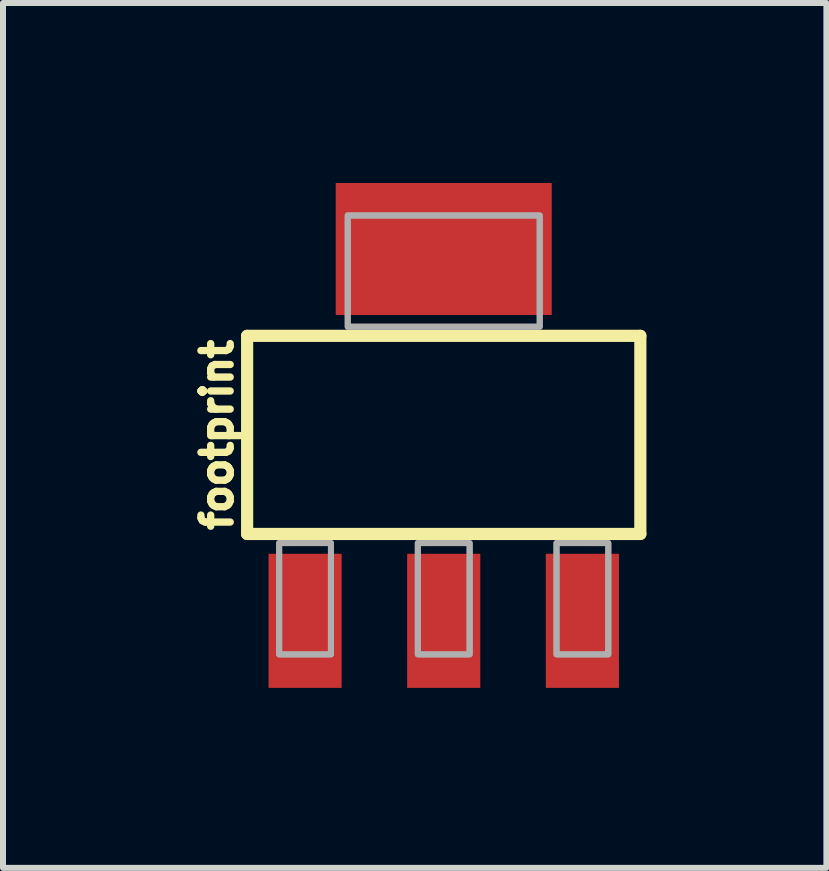
<source format=kicad_pcb>
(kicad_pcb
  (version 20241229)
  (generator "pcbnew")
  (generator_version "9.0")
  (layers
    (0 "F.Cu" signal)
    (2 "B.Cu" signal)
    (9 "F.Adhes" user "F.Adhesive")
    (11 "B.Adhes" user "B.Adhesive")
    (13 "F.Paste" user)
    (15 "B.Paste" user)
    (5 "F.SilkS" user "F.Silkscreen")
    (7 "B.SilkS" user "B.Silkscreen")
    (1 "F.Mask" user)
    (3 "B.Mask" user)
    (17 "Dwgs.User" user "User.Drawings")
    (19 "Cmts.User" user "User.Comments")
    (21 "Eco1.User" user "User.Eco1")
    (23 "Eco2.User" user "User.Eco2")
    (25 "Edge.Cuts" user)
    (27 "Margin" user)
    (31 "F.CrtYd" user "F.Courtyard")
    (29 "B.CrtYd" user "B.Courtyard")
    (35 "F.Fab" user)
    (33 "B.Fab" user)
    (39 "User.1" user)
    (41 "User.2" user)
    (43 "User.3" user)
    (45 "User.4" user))
  (footprint "footprint"
    (layer "F.Cu")
    (at 4.346 4.199)
    (property "Reference" "footprint" (at -3.493 0 90) (layer "F.SilkS") (effects (font (size 0.488 0.488) (thickness 0.122)) (justify bottom)))
    (fp_line (start -3.277 -1.651) (end 3.277 -1.651) (stroke (width 0.203) (type solid)) (layer "F.SilkS"))
    (fp_line (start -3.277 1.651) (end -3.277 -1.651) (stroke (width 0.203) (type solid)) (layer "F.SilkS"))
    (fp_line (start 3.277 -1.651) (end 3.277 1.651) (stroke (width 0.203) (type solid)) (layer "F.SilkS"))
    (fp_line (start 3.277 1.651) (end -3.277 1.651) (stroke (width 0.203) (type solid)) (layer "F.SilkS"))
    (fp_poly (pts (xy -2.743 3.658) (xy -1.88 3.658) (xy -1.88 1.803) (xy -2.743 1.803)) (stroke (width 0.1) (type solid)) (fill no) (layer "F.Fab"))
    (fp_poly (pts (xy -2.743 3.658) (xy -1.88 3.658) (xy -1.88 1.803) (xy -2.743 1.803)) (stroke (width 0.1) (type solid)) (fill no) (layer "F.Fab"))
    (fp_poly (pts (xy -1.6 -1.803) (xy 1.6 -1.803) (xy 1.6 -3.658) (xy -1.6 -3.658)) (stroke (width 0.1) (type solid)) (fill no) (layer "F.Fab"))
    (fp_poly (pts (xy -1.6 -1.803) (xy 1.6 -1.803) (xy 1.6 -3.658) (xy -1.6 -3.658)) (stroke (width 0.1) (type solid)) (fill no) (layer "F.Fab"))
    (fp_poly (pts (xy -0.432 3.658) (xy 0.432 3.658) (xy 0.432 1.803) (xy -0.432 1.803)) (stroke (width 0.1) (type solid)) (fill no) (layer "F.Fab"))
    (fp_poly (pts (xy -0.432 3.658) (xy 0.432 3.658) (xy 0.432 1.803) (xy -0.432 1.803)) (stroke (width 0.1) (type solid)) (fill no) (layer "F.Fab"))
    (fp_poly (pts (xy 1.88 3.658) (xy 2.743 3.658) (xy 2.743 1.803) (xy 1.88 1.803)) (stroke (width 0.1) (type solid)) (fill no) (layer "F.Fab"))
    (fp_poly (pts (xy 1.88 3.658) (xy 2.743 3.658) (xy 2.743 1.803) (xy 1.88 1.803)) (stroke (width 0.1) (type solid)) (fill no) (layer "F.Fab"))
    (pad "1" smd rect (at -2.311 3.099) (size 1.219 2.235) (layers "F.Cu" "F.Mask" "F.Paste"))
    (pad "2" smd rect (at 0 3.099) (size 1.219 2.235) (layers "F.Cu" "F.Mask" "F.Paste"))
    (pad "3" smd rect (at 2.311 3.099) (size 1.219 2.235) (layers "F.Cu" "F.Mask" "F.Paste"))
    (pad "4" smd rect (at 0 -3.099) (size 3.6 2.2) (layers "F.Cu" "F.Mask" "F.Paste")))
  (gr_rect
    (start -3 -3)
    (end 10.724 11.415)
    (stroke (width 0.1) (type default))
    (fill no)
    (layer "Edge.Cuts")))
</source>
